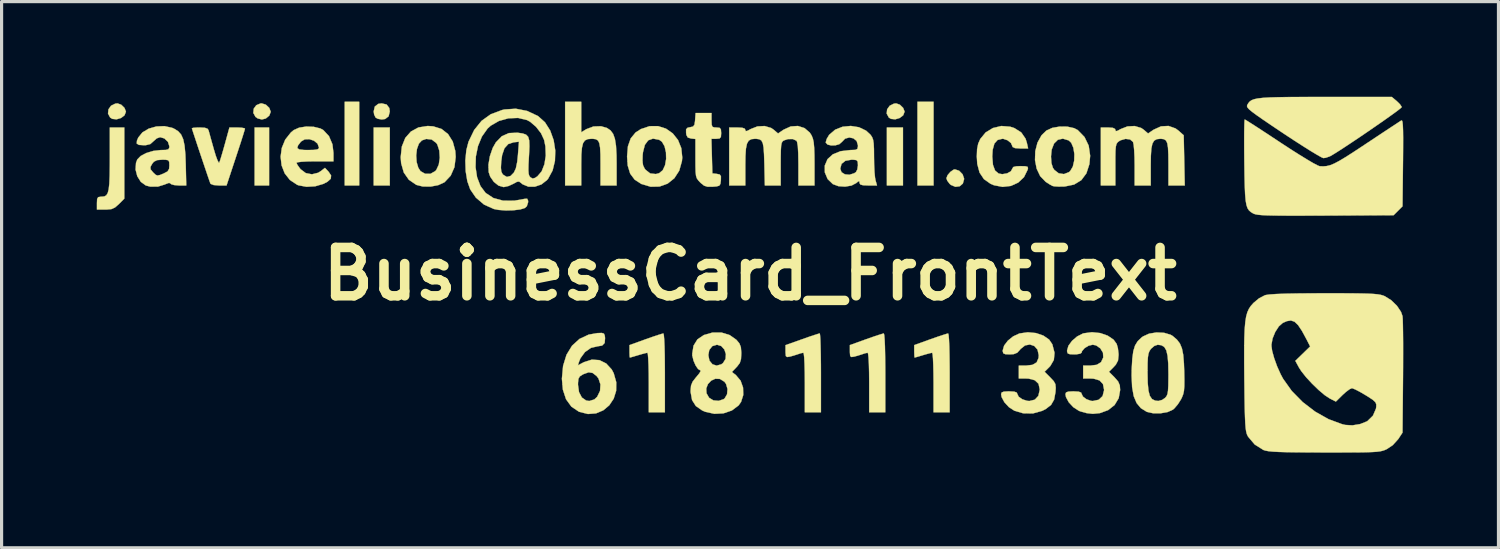
<source format=kicad_pcb>
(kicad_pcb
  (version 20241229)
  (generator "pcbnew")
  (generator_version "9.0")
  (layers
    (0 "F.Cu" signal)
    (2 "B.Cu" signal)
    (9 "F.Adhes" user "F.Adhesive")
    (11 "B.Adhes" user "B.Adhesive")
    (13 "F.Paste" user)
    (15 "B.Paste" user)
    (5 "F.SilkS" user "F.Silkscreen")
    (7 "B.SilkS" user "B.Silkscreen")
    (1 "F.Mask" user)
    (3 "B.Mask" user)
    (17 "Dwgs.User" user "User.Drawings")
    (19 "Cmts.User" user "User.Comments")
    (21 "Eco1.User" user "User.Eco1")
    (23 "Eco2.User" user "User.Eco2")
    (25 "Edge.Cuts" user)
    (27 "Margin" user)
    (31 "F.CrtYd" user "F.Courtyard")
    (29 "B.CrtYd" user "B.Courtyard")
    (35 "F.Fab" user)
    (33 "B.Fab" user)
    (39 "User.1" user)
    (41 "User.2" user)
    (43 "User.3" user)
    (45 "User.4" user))
  (footprint "BusinessCard_FrontText"
    (layer "F.Cu")
    (at 20.589 5.582)
    (property "Reference" "BusinessCard_FrontText" (at 0 0 0) (layer "F.SilkS") (effects (font (size 1.524 1.524) (thickness 0.3))))
    (attr through_hole)
    (fp_poly (pts (xy -15.159 -2.788) (xy -15.615 -2.788) (xy -15.615 -4.614) (xy -15.159 -4.614) (xy -15.159 -2.788)) (stroke (width 0.01) (type solid)) (fill yes) (layer "F.SilkS"))
    (fp_poly (pts (xy -12.32 -2.788) (xy -12.776 -2.788) (xy -12.776 -5.425) (xy -12.32 -5.425) (xy -12.32 -2.788)) (stroke (width 0.01) (type solid)) (fill yes) (layer "F.SilkS"))
    (fp_poly (pts (xy -11.356 -2.788) (xy -11.863 -2.788) (xy -11.863 -4.614) (xy -11.356 -4.614) (xy -11.356 -2.788)) (stroke (width 0.01) (type solid)) (fill yes) (layer "F.SilkS"))
    (fp_poly (pts (xy 4.816 -2.788) (xy 4.309 -2.788) (xy 4.309 -4.614) (xy 4.816 -4.614) (xy 4.816 -2.788)) (stroke (width 0.01) (type solid)) (fill yes) (layer "F.SilkS"))
    (fp_poly (pts (xy 5.78 -2.788) (xy 5.273 -2.788) (xy 5.273 -5.425) (xy 5.78 -5.425) (xy 5.78 -2.788)) (stroke (width 0.01) (type solid)) (fill yes) (layer "F.SilkS"))
    (fp_poly (pts (xy -11.455 -5.338) (xy -11.372 -5.229) (xy -11.356 -5.121) (xy -11.393 -4.966) (xy -11.502 -4.882) (xy -11.61 -4.867) (xy -11.734 -4.889) (xy -11.803 -4.928) (xy -11.849 -5.023) (xy -11.863 -5.121) (xy -11.827 -5.275) (xy -11.718 -5.359) (xy -11.61 -5.374) (xy -11.455 -5.338)) (stroke (width 0.01) (type solid)) (fill yes) (layer "F.SilkS"))
    (fp_poly (pts (xy -19.819 -5.332) (xy -19.717 -5.233) (xy -19.671 -5.117) (xy -19.671 -5.112) (xy -19.715 -4.998) (xy -19.825 -4.914) (xy -19.965 -4.872) (xy -20.1 -4.886) (xy -20.168 -4.928) (xy -20.235 -5.053) (xy -20.221 -5.186) (xy -20.14 -5.3) (xy -20.006 -5.366) (xy -19.936 -5.374) (xy -19.819 -5.332)) (stroke (width 0.01) (type solid)) (fill yes) (layer "F.SilkS"))
    (fp_poly (pts (xy -15.261 -5.333) (xy -15.154 -5.233) (xy -15.108 -5.111) (xy -15.108 -5.108) (xy -15.153 -4.989) (xy -15.263 -4.898) (xy -15.387 -4.867) (xy -15.517 -4.9) (xy -15.586 -4.947) (xy -15.656 -5.074) (xy -15.643 -5.207) (xy -15.563 -5.316) (xy -15.428 -5.372) (xy -15.391 -5.374) (xy -15.261 -5.333)) (stroke (width 0.01) (type solid)) (fill yes) (layer "F.SilkS"))
    (fp_poly (pts (xy 4.719 -5.332) (xy 4.821 -5.233) (xy 4.867 -5.117) (xy 4.867 -5.112) (xy 4.823 -4.998) (xy 4.713 -4.914) (xy 4.573 -4.872) (xy 4.438 -4.886) (xy 4.37 -4.928) (xy 4.303 -5.053) (xy 4.317 -5.186) (xy 4.398 -5.3) (xy 4.532 -5.366) (xy 4.602 -5.374) (xy 4.719 -5.332)) (stroke (width 0.01) (type solid)) (fill yes) (layer "F.SilkS"))
    (fp_poly (pts (xy 6.587 -3.251) (xy 6.695 -3.14) (xy 6.743 -3) (xy 6.743 -2.99) (xy 6.703 -2.847) (xy 6.603 -2.762) (xy 6.468 -2.745) (xy 6.327 -2.804) (xy 6.287 -2.839) (xy 6.211 -2.939) (xy 6.185 -3.017) (xy 6.223 -3.113) (xy 6.31 -3.215) (xy 6.41 -3.285) (xy 6.453 -3.295) (xy 6.587 -3.251)) (stroke (width 0.01) (type solid)) (fill yes) (layer "F.SilkS"))
    (fp_poly (pts (xy -19.722 -2.373) (xy -19.894 -2.2) (xy -20.015 -2.094) (xy -20.128 -2.043) (xy -20.283 -2.028) (xy -20.325 -2.028) (xy -20.584 -2.028) (xy -20.584 -2.231) (xy -20.578 -2.361) (xy -20.545 -2.419) (xy -20.464 -2.433) (xy -20.43 -2.434) (xy -20.351 -2.442) (xy -20.29 -2.476) (xy -20.245 -2.547) (xy -20.214 -2.666) (xy -20.194 -2.845) (xy -20.183 -3.096) (xy -20.179 -3.43) (xy -20.178 -3.654) (xy -20.178 -4.614) (xy -19.722 -4.614) (xy -19.722 -2.373)) (stroke (width 0.01) (type solid)) (fill yes) (layer "F.SilkS"))
    (fp_poly (pts (xy 2.203 1.924) (xy 2.213 2.06) (xy 2.22 2.27) (xy 2.226 2.541) (xy 2.23 2.858) (xy 2.231 3.118) (xy 2.231 4.36) (xy 1.724 4.36) (xy 1.724 3.422) (xy 1.721 3.103) (xy 1.714 2.837) (xy 1.704 2.637) (xy 1.69 2.516) (xy 1.676 2.484) (xy 1.595 2.5) (xy 1.512 2.528) (xy 1.368 2.574) (xy 1.255 2.605) (xy 1.165 2.619) (xy 1.125 2.588) (xy 1.116 2.487) (xy 1.115 2.441) (xy 1.115 2.244) (xy 1.635 2.06) (xy 1.85 1.984) (xy 2.029 1.924) (xy 2.15 1.886) (xy 2.193 1.875) (xy 2.203 1.924)) (stroke (width 0.01) (type solid)) (fill yes) (layer "F.SilkS"))
    (fp_poly (pts (xy 4.226 1.925) (xy 4.238 2.064) (xy 4.248 2.284) (xy 4.254 2.572) (xy 4.258 2.918) (xy 4.259 3.118) (xy 4.259 4.36) (xy 3.752 4.36) (xy 3.752 3.422) (xy 3.749 3.103) (xy 3.742 2.837) (xy 3.731 2.637) (xy 3.717 2.516) (xy 3.704 2.484) (xy 3.623 2.5) (xy 3.54 2.528) (xy 3.396 2.574) (xy 3.283 2.605) (xy 3.193 2.619) (xy 3.153 2.588) (xy 3.144 2.488) (xy 3.143 2.441) (xy 3.143 2.243) (xy 3.654 2.059) (xy 3.868 1.984) (xy 4.047 1.924) (xy 4.17 1.886) (xy 4.212 1.876) (xy 4.226 1.925)) (stroke (width 0.01) (type solid)) (fill yes) (layer "F.SilkS"))
    (fp_poly (pts (xy -2.72 1.925) (xy -2.708 2.064) (xy -2.698 2.284) (xy -2.691 2.572) (xy -2.688 2.918) (xy -2.687 3.118) (xy -2.687 4.36) (xy -3.194 4.36) (xy -3.194 3.422) (xy -3.196 3.126) (xy -3.202 2.869) (xy -3.212 2.666) (xy -3.223 2.532) (xy -3.237 2.484) (xy -3.306 2.498) (xy -3.437 2.533) (xy -3.528 2.56) (xy -3.672 2.603) (xy -3.767 2.63) (xy -3.79 2.636) (xy -3.798 2.591) (xy -3.802 2.48) (xy -3.802 2.44) (xy -3.802 2.243) (xy -3.292 2.059) (xy -3.078 1.984) (xy -2.899 1.924) (xy -2.776 1.886) (xy -2.734 1.876) (xy -2.72 1.925)) (stroke (width 0.01) (type solid)) (fill yes) (layer "F.SilkS"))
    (fp_poly (pts (xy 6.254 1.925) (xy 6.266 2.064) (xy 6.276 2.284) (xy 6.282 2.572) (xy 6.286 2.918) (xy 6.287 3.118) (xy 6.287 4.36) (xy 5.78 4.36) (xy 5.78 3.422) (xy 5.777 3.126) (xy 5.771 2.869) (xy 5.762 2.666) (xy 5.75 2.532) (xy 5.737 2.484) (xy 5.667 2.498) (xy 5.536 2.533) (xy 5.445 2.56) (xy 5.302 2.603) (xy 5.206 2.63) (xy 5.184 2.636) (xy 5.176 2.591) (xy 5.172 2.48) (xy 5.171 2.44) (xy 5.171 2.243) (xy 5.682 2.059) (xy 5.896 1.984) (xy 6.075 1.924) (xy 6.198 1.886) (xy 6.24 1.876) (xy 6.254 1.925)) (stroke (width 0.01) (type solid)) (fill yes) (layer "F.SilkS"))
    (fp_poly (pts (xy -5.323 -4.463) (xy -5.159 -4.563) (xy -4.938 -4.646) (xy -4.699 -4.654) (xy -4.512 -4.599) (xy -4.4 -4.523) (xy -4.318 -4.414) (xy -4.262 -4.257) (xy -4.227 -4.037) (xy -4.211 -3.741) (xy -4.208 -3.486) (xy -4.208 -2.788) (xy -4.715 -2.788) (xy -4.715 -3.463) (xy -4.717 -3.763) (xy -4.728 -3.977) (xy -4.752 -4.119) (xy -4.794 -4.203) (xy -4.86 -4.245) (xy -4.955 -4.258) (xy -4.996 -4.259) (xy -5.119 -4.248) (xy -5.207 -4.206) (xy -5.266 -4.119) (xy -5.301 -3.973) (xy -5.319 -3.755) (xy -5.323 -3.449) (xy -5.323 -3.431) (xy -5.323 -2.788) (xy -5.83 -2.788) (xy -5.83 -5.425) (xy -5.323 -5.425) (xy -5.323 -4.463)) (stroke (width 0.01) (type solid)) (fill yes) (layer "F.SilkS"))
    (fp_poly (pts (xy -16.022 -4.607) (xy -15.934 -4.59) (xy -15.919 -4.577) (xy -15.935 -4.519) (xy -15.977 -4.382) (xy -16.041 -4.179) (xy -16.123 -3.929) (xy -16.21 -3.665) (xy -16.5 -2.788) (xy -16.744 -2.788) (xy -16.907 -2.801) (xy -17 -2.837) (xy -17.01 -2.852) (xy -17.047 -2.956) (xy -17.105 -3.125) (xy -17.178 -3.341) (xy -17.26 -3.584) (xy -17.345 -3.837) (xy -17.426 -4.08) (xy -17.497 -4.296) (xy -17.553 -4.464) (xy -17.586 -4.568) (xy -17.592 -4.591) (xy -17.547 -4.604) (xy -17.43 -4.612) (xy -17.342 -4.614) (xy -17.182 -4.605) (xy -17.097 -4.574) (xy -17.067 -4.525) (xy -17.043 -4.44) (xy -17 -4.283) (xy -16.943 -4.08) (xy -16.903 -3.937) (xy -16.841 -3.729) (xy -16.786 -3.581) (xy -16.746 -3.507) (xy -16.73 -3.506) (xy -16.702 -3.581) (xy -16.656 -3.731) (xy -16.598 -3.93) (xy -16.552 -4.094) (xy -16.409 -4.614) (xy -16.164 -4.614) (xy -16.022 -4.607)) (stroke (width 0.01) (type solid)) (fill yes) (layer "F.SilkS"))
    (fp_poly (pts (xy -2.652 -4.578) (xy -2.438 -4.428) (xy -2.273 -4.22) (xy -2.169 -3.962) (xy -2.139 -3.667) (xy -2.149 -3.557) (xy -2.234 -3.255) (xy -2.389 -3.015) (xy -2.6 -2.846) (xy -2.854 -2.754) (xy -3.135 -2.748) (xy -3.427 -2.834) (xy -3.638 -2.97) (xy -3.78 -3.16) (xy -3.858 -3.414) (xy -3.867 -3.547) (xy -3.392 -3.547) (xy -3.374 -3.421) (xy -3.326 -3.322) (xy -3.297 -3.283) (xy -3.15 -3.167) (xy -2.971 -3.147) (xy -2.867 -3.175) (xy -2.754 -3.268) (xy -2.681 -3.426) (xy -2.647 -3.623) (xy -2.652 -3.83) (xy -2.696 -4.02) (xy -2.779 -4.165) (xy -2.867 -4.227) (xy -3.061 -4.264) (xy -3.212 -4.21) (xy -3.318 -4.066) (xy -3.377 -3.835) (xy -3.387 -3.736) (xy -3.392 -3.547) (xy -3.867 -3.547) (xy -3.878 -3.701) (xy -3.851 -4.022) (xy -3.764 -4.269) (xy -3.612 -4.455) (xy -3.444 -4.564) (xy -3.168 -4.656) (xy -2.9 -4.657) (xy -2.652 -4.578)) (stroke (width 0.01) (type solid)) (fill yes) (layer "F.SilkS"))
    (fp_poly (pts (xy -9.987 -4.65) (xy -9.726 -4.569) (xy -9.519 -4.406) (xy -9.372 -4.172) (xy -9.292 -3.877) (xy -9.279 -3.686) (xy -9.318 -3.365) (xy -9.436 -3.097) (xy -9.628 -2.893) (xy -9.641 -2.884) (xy -9.829 -2.798) (xy -10.067 -2.753) (xy -10.311 -2.754) (xy -10.516 -2.805) (xy -10.52 -2.807) (xy -10.755 -2.967) (xy -10.914 -3.195) (xy -10.998 -3.489) (xy -11.012 -3.68) (xy -11.006 -3.733) (xy -10.524 -3.733) (xy -10.51 -3.525) (xy -10.457 -3.344) (xy -10.388 -3.239) (xy -10.239 -3.154) (xy -10.074 -3.155) (xy -9.924 -3.239) (xy -9.89 -3.277) (xy -9.812 -3.444) (xy -9.78 -3.66) (xy -9.795 -3.884) (xy -9.856 -4.073) (xy -9.89 -4.125) (xy -10.034 -4.235) (xy -10.208 -4.254) (xy -10.344 -4.207) (xy -10.439 -4.104) (xy -10.5 -3.936) (xy -10.524 -3.733) (xy -11.006 -3.733) (xy -10.976 -4.014) (xy -10.867 -4.286) (xy -10.689 -4.488) (xy -10.452 -4.616) (xy -10.161 -4.662) (xy -9.987 -4.65)) (stroke (width 0.01) (type solid)) (fill yes) (layer "F.SilkS"))
    (fp_poly (pts (xy -1.217 -4.842) (xy -1.212 -4.701) (xy -1.187 -4.635) (xy -1.122 -4.615) (xy -1.065 -4.614) (xy -0.962 -4.604) (xy -0.921 -4.554) (xy -0.913 -4.436) (xy -0.921 -4.317) (xy -0.964 -4.268) (xy -1.066 -4.259) (xy -1.22 -4.259) (xy -1.191 -3.169) (xy -1.049 -3.152) (xy -0.956 -3.132) (xy -0.92 -3.077) (xy -0.922 -2.956) (xy -0.922 -2.95) (xy -0.937 -2.837) (xy -0.975 -2.78) (xy -1.064 -2.757) (xy -1.18 -2.748) (xy -1.341 -2.747) (xy -1.451 -2.781) (xy -1.558 -2.868) (xy -1.573 -2.883) (xy -1.636 -2.95) (xy -1.679 -3.012) (xy -1.705 -3.092) (xy -1.718 -3.21) (xy -1.723 -3.387) (xy -1.724 -3.643) (xy -1.724 -4.252) (xy -1.863 -4.268) (xy -1.964 -4.298) (xy -2.009 -4.379) (xy -2.018 -4.445) (xy -2.018 -4.558) (xy -1.971 -4.607) (xy -1.891 -4.623) (xy -1.8 -4.644) (xy -1.755 -4.701) (xy -1.736 -4.823) (xy -1.734 -4.854) (xy -1.718 -5.07) (xy -1.217 -5.07) (xy -1.217 -4.842)) (stroke (width 0.01) (type solid)) (fill yes) (layer "F.SilkS"))
    (fp_poly (pts (xy 20.377 -5.446) (xy 20.476 -5.349) (xy 20.53 -5.27) (xy 20.533 -5.255) (xy 20.492 -5.216) (xy 20.381 -5.129) (xy 20.211 -5.006) (xy 19.996 -4.853) (xy 19.75 -4.682) (xy 19.486 -4.5) (xy 19.216 -4.316) (xy 18.955 -4.141) (xy 18.716 -3.983) (xy 18.511 -3.851) (xy 18.355 -3.754) (xy 18.268 -3.705) (xy 18.141 -3.661) (xy 18.065 -3.65) (xy 18 -3.678) (xy 17.863 -3.755) (xy 17.665 -3.874) (xy 17.419 -4.029) (xy 17.135 -4.211) (xy 16.827 -4.414) (xy 16.793 -4.437) (xy 16.445 -4.67) (xy 16.174 -4.854) (xy 15.97 -4.996) (xy 15.825 -5.103) (xy 15.73 -5.181) (xy 15.678 -5.238) (xy 15.658 -5.281) (xy 15.662 -5.315) (xy 15.666 -5.324) (xy 15.701 -5.383) (xy 15.743 -5.433) (xy 15.8 -5.473) (xy 15.882 -5.505) (xy 15.999 -5.53) (xy 16.159 -5.548) (xy 16.371 -5.561) (xy 16.645 -5.569) (xy 16.99 -5.574) (xy 17.414 -5.576) (xy 17.928 -5.577) (xy 18.118 -5.577) (xy 20.221 -5.577) (xy 20.377 -5.446)) (stroke (width 0.01) (type solid)) (fill yes) (layer "F.SilkS"))
    (fp_poly (pts (xy 9.995 -4.641) (xy 10.21 -4.593) (xy 10.323 -4.534) (xy 10.537 -4.314) (xy 10.669 -4.041) (xy 10.715 -3.723) (xy 10.691 -3.46) (xy 10.596 -3.169) (xy 10.435 -2.954) (xy 10.208 -2.816) (xy 9.917 -2.756) (xy 9.9 -2.755) (xy 9.726 -2.752) (xy 9.588 -2.76) (xy 9.531 -2.772) (xy 9.438 -2.822) (xy 9.317 -2.899) (xy 9.315 -2.901) (xy 9.141 -3.081) (xy 9.029 -3.317) (xy 8.977 -3.588) (xy 8.981 -3.701) (xy 9.481 -3.701) (xy 9.494 -3.493) (xy 9.54 -3.347) (xy 9.586 -3.277) (xy 9.725 -3.17) (xy 9.889 -3.146) (xy 10.046 -3.207) (xy 10.084 -3.239) (xy 10.168 -3.379) (xy 10.212 -3.569) (xy 10.218 -3.778) (xy 10.186 -3.976) (xy 10.118 -4.133) (xy 10.04 -4.207) (xy 9.855 -4.263) (xy 9.698 -4.228) (xy 9.577 -4.109) (xy 9.502 -3.916) (xy 9.481 -3.701) (xy 8.981 -3.701) (xy 8.986 -3.869) (xy 9.055 -4.137) (xy 9.183 -4.369) (xy 9.335 -4.517) (xy 9.52 -4.602) (xy 9.753 -4.643) (xy 9.995 -4.641)) (stroke (width 0.01) (type solid)) (fill yes) (layer "F.SilkS"))
    (fp_poly (pts (xy 8.191 -4.64) (xy 8.329 -4.595) (xy 8.544 -4.458) (xy 8.679 -4.262) (xy 8.719 -4.136) (xy 8.76 -3.954) (xy 8.512 -3.954) (xy 8.347 -3.965) (xy 8.272 -3.999) (xy 8.264 -4.023) (xy 8.22 -4.124) (xy 8.112 -4.212) (xy 7.978 -4.257) (xy 7.951 -4.259) (xy 7.799 -4.222) (xy 7.697 -4.108) (xy 7.643 -3.912) (xy 7.63 -3.701) (xy 7.652 -3.436) (xy 7.718 -3.258) (xy 7.831 -3.163) (xy 7.946 -3.143) (xy 8.099 -3.169) (xy 8.216 -3.234) (xy 8.264 -3.32) (xy 8.264 -3.323) (xy 8.293 -3.369) (xy 8.391 -3.392) (xy 8.521 -3.397) (xy 8.671 -3.393) (xy 8.742 -3.376) (xy 8.756 -3.333) (xy 8.745 -3.283) (xy 8.63 -3.05) (xy 8.447 -2.878) (xy 8.216 -2.773) (xy 7.955 -2.743) (xy 7.684 -2.795) (xy 7.576 -2.84) (xy 7.368 -2.987) (xy 7.23 -3.193) (xy 7.157 -3.467) (xy 7.143 -3.699) (xy 7.152 -3.933) (xy 7.187 -4.106) (xy 7.252 -4.252) (xy 7.423 -4.46) (xy 7.652 -4.598) (xy 7.916 -4.661) (xy 8.191 -4.64)) (stroke (width 0.01) (type solid)) (fill yes) (layer "F.SilkS"))
    (fp_poly (pts (xy 13.405 -4.585) (xy 13.498 -4.516) (xy 13.663 -4.369) (xy 13.68 -3.579) (xy 13.696 -2.788) (xy 13.182 -2.788) (xy 13.182 -3.463) (xy 13.179 -3.764) (xy 13.168 -3.978) (xy 13.145 -4.121) (xy 13.104 -4.205) (xy 13.041 -4.246) (xy 12.951 -4.258) (xy 12.926 -4.259) (xy 12.812 -4.246) (xy 12.731 -4.199) (xy 12.676 -4.105) (xy 12.643 -3.949) (xy 12.628 -3.718) (xy 12.624 -3.431) (xy 12.624 -2.788) (xy 12.117 -2.788) (xy 12.117 -3.425) (xy 12.113 -3.678) (xy 12.102 -3.899) (xy 12.086 -4.068) (xy 12.066 -4.159) (xy 12.064 -4.161) (xy 11.972 -4.238) (xy 11.83 -4.256) (xy 11.675 -4.212) (xy 11.621 -4.18) (xy 11.575 -4.142) (xy 11.544 -4.091) (xy 11.524 -4.01) (xy 11.513 -3.88) (xy 11.509 -3.683) (xy 11.509 -3.445) (xy 11.509 -2.788) (xy 11.052 -2.788) (xy 11.052 -4.614) (xy 11.28 -4.614) (xy 11.431 -4.603) (xy 11.5 -4.569) (xy 11.509 -4.538) (xy 11.524 -4.498) (xy 11.584 -4.513) (xy 11.673 -4.563) (xy 11.89 -4.648) (xy 12.118 -4.66) (xy 12.323 -4.599) (xy 12.402 -4.545) (xy 12.54 -4.426) (xy 12.716 -4.545) (xy 12.948 -4.65) (xy 13.184 -4.663) (xy 13.405 -4.585)) (stroke (width 0.01) (type solid)) (fill yes) (layer "F.SilkS"))
    (fp_poly (pts (xy -13.752 -4.635) (xy -13.544 -4.584) (xy -13.452 -4.534) (xy -13.272 -4.341) (xy -13.163 -4.084) (xy -13.131 -3.815) (xy -13.131 -3.549) (xy -13.714 -3.549) (xy -13.945 -3.545) (xy -14.132 -3.535) (xy -14.256 -3.519) (xy -14.297 -3.502) (xy -14.267 -3.437) (xy -14.192 -3.331) (xy -14.166 -3.299) (xy -14.003 -3.177) (xy -13.809 -3.139) (xy -13.612 -3.188) (xy -13.525 -3.243) (xy -13.399 -3.342) (xy -13.284 -3.22) (xy -13.205 -3.102) (xy -13.216 -2.999) (xy -13.321 -2.904) (xy -13.447 -2.838) (xy -13.705 -2.762) (xy -13.98 -2.746) (xy -14.23 -2.792) (xy -14.273 -2.808) (xy -14.502 -2.959) (xy -14.667 -3.169) (xy -14.765 -3.42) (xy -14.796 -3.693) (xy -14.759 -3.967) (xy -14.27 -3.967) (xy -14.21 -3.923) (xy -14.061 -3.906) (xy -13.941 -3.904) (xy -13.748 -3.908) (xy -13.638 -3.924) (xy -13.592 -3.956) (xy -13.587 -3.98) (xy -13.631 -4.104) (xy -13.742 -4.197) (xy -13.888 -4.246) (xy -14.036 -4.241) (xy -14.154 -4.171) (xy -14.155 -4.17) (xy -14.249 -4.046) (xy -14.27 -3.967) (xy -14.759 -3.967) (xy -14.758 -3.97) (xy -14.651 -4.231) (xy -14.473 -4.457) (xy -14.382 -4.533) (xy -14.211 -4.609) (xy -13.987 -4.644) (xy -13.752 -4.635)) (stroke (width 0.01) (type solid)) (fill yes) (layer "F.SilkS"))
    (fp_poly (pts (xy -4.607 1.881) (xy -4.58 1.948) (xy -4.572 2.023) (xy -4.584 2.176) (xy -4.664 2.258) (xy -4.806 2.281) (xy -5.017 2.33) (xy -5.205 2.462) (xy -5.348 2.657) (xy -5.394 2.771) (xy -5.429 2.881) (xy -5.237 2.781) (xy -4.988 2.701) (xy -4.749 2.717) (xy -4.536 2.822) (xy -4.363 3.01) (xy -4.299 3.13) (xy -4.219 3.413) (xy -4.223 3.685) (xy -4.3 3.931) (xy -4.439 4.14) (xy -4.628 4.298) (xy -4.856 4.394) (xy -5.111 4.414) (xy -5.381 4.347) (xy -5.399 4.339) (xy -5.633 4.182) (xy -5.801 3.95) (xy -5.901 3.647) (xy -5.915 3.493) (xy -5.425 3.493) (xy -5.393 3.724) (xy -5.304 3.894) (xy -5.168 3.989) (xy -5.07 4.005) (xy -4.91 3.956) (xy -4.82 3.872) (xy -4.73 3.687) (xy -4.717 3.483) (xy -4.779 3.295) (xy -4.839 3.217) (xy -4.965 3.12) (xy -5.089 3.1) (xy -5.247 3.156) (xy -5.275 3.17) (xy -5.367 3.229) (xy -5.411 3.304) (xy -5.424 3.431) (xy -5.425 3.493) (xy -5.915 3.493) (xy -5.932 3.303) (xy -5.894 2.896) (xy -5.786 2.547) (xy -5.612 2.262) (xy -5.377 2.048) (xy -5.088 1.913) (xy -4.816 1.865) (xy -4.676 1.86) (xy -4.607 1.881)) (stroke (width 0.01) (type solid)) (fill yes) (layer "F.SilkS"))
    (fp_poly (pts (xy 1.714 -4.595) (xy 1.881 -4.452) (xy 1.939 -4.359) (xy 1.977 -4.264) (xy 2.003 -4.143) (xy 2.018 -3.975) (xy 2.026 -3.742) (xy 2.028 -3.486) (xy 2.028 -2.788) (xy 1.521 -2.788) (xy 1.521 -3.463) (xy 1.516 -3.792) (xy 1.503 -4.023) (xy 1.479 -4.16) (xy 1.46 -4.198) (xy 1.346 -4.25) (xy 1.191 -4.249) (xy 1.061 -4.206) (xy 1.022 -4.177) (xy 0.994 -4.127) (xy 0.977 -4.041) (xy 0.968 -3.9) (xy 0.964 -3.688) (xy 0.963 -3.471) (xy 0.963 -2.788) (xy 0.464 -2.788) (xy 0.448 -3.475) (xy 0.438 -3.772) (xy 0.424 -3.982) (xy 0.398 -4.121) (xy 0.355 -4.204) (xy 0.29 -4.244) (xy 0.197 -4.257) (xy 0.147 -4.258) (xy 0.035 -4.246) (xy -0.046 -4.199) (xy -0.1 -4.104) (xy -0.133 -3.946) (xy -0.148 -3.714) (xy -0.152 -3.431) (xy -0.152 -2.788) (xy -0.659 -2.788) (xy -0.659 -4.614) (xy -0.406 -4.614) (xy -0.246 -4.605) (xy -0.168 -4.577) (xy -0.152 -4.538) (xy -0.137 -4.498) (xy -0.077 -4.513) (xy 0.013 -4.563) (xy 0.229 -4.648) (xy 0.457 -4.66) (xy 0.662 -4.599) (xy 0.741 -4.545) (xy 0.88 -4.426) (xy 1.055 -4.545) (xy 1.279 -4.647) (xy 1.506 -4.662) (xy 1.714 -4.595)) (stroke (width 0.01) (type solid)) (fill yes) (layer "F.SilkS"))
    (fp_poly (pts (xy 15.635 -4.84) (xy 15.756 -4.764) (xy 15.939 -4.647) (xy 16.172 -4.495) (xy 16.443 -4.317) (xy 16.718 -4.135) (xy 17.021 -3.937) (xy 17.301 -3.759) (xy 17.547 -3.608) (xy 17.746 -3.491) (xy 17.885 -3.418) (xy 17.947 -3.394) (xy 18.062 -3.39) (xy 18.169 -3.399) (xy 18.28 -3.426) (xy 18.409 -3.479) (xy 18.568 -3.563) (xy 18.771 -3.685) (xy 19.03 -3.851) (xy 19.358 -4.067) (xy 19.402 -4.097) (xy 19.695 -4.291) (xy 19.962 -4.468) (xy 20.191 -4.619) (xy 20.369 -4.736) (xy 20.484 -4.812) (xy 20.523 -4.836) (xy 20.542 -4.832) (xy 20.558 -4.784) (xy 20.568 -4.684) (xy 20.575 -4.522) (xy 20.578 -4.289) (xy 20.577 -3.975) (xy 20.574 -3.57) (xy 20.573 -3.504) (xy 20.558 -2.131) (xy 20.418 -1.991) (xy 20.277 -1.85) (xy 18.136 -1.839) (xy 17.602 -1.837) (xy 17.159 -1.836) (xy 16.8 -1.837) (xy 16.514 -1.84) (xy 16.294 -1.845) (xy 16.128 -1.853) (xy 16.009 -1.864) (xy 15.926 -1.879) (xy 15.872 -1.896) (xy 15.857 -1.903) (xy 15.781 -1.949) (xy 15.72 -2.002) (xy 15.674 -2.072) (xy 15.64 -2.173) (xy 15.615 -2.316) (xy 15.598 -2.513) (xy 15.587 -2.776) (xy 15.579 -3.117) (xy 15.573 -3.536) (xy 15.57 -3.892) (xy 15.569 -4.211) (xy 15.57 -4.482) (xy 15.574 -4.69) (xy 15.579 -4.823) (xy 15.586 -4.867) (xy 15.635 -4.84)) (stroke (width 0.01) (type solid)) (fill yes) (layer "F.SilkS"))
    (fp_poly (pts (xy 13.044 1.856) (xy 13.25 1.917) (xy 13.317 1.957) (xy 13.448 2.069) (xy 13.543 2.193) (xy 13.607 2.347) (xy 13.648 2.55) (xy 13.67 2.822) (xy 13.679 3.067) (xy 13.684 3.343) (xy 13.682 3.541) (xy 13.671 3.682) (xy 13.648 3.789) (xy 13.61 3.886) (xy 13.578 3.952) (xy 13.479 4.108) (xy 13.366 4.24) (xy 13.323 4.277) (xy 13.155 4.353) (xy 12.934 4.392) (xy 12.703 4.392) (xy 12.508 4.348) (xy 12.493 4.342) (xy 12.312 4.229) (xy 12.179 4.069) (xy 12.088 3.852) (xy 12.037 3.566) (xy 12.021 3.199) (xy 12.023 3.103) (xy 12.523 3.103) (xy 12.529 3.433) (xy 12.552 3.676) (xy 12.595 3.842) (xy 12.664 3.943) (xy 12.763 3.993) (xy 12.865 4.004) (xy 12.985 3.97) (xy 13.08 3.904) (xy 13.123 3.851) (xy 13.152 3.782) (xy 13.169 3.677) (xy 13.178 3.517) (xy 13.181 3.282) (xy 13.182 3.165) (xy 13.176 2.829) (xy 13.155 2.581) (xy 13.115 2.409) (xy 13.051 2.302) (xy 12.959 2.247) (xy 12.843 2.232) (xy 12.737 2.269) (xy 12.631 2.36) (xy 12.628 2.364) (xy 12.582 2.433) (xy 12.552 2.515) (xy 12.534 2.632) (xy 12.525 2.804) (xy 12.523 3.054) (xy 12.523 3.103) (xy 12.023 3.103) (xy 12.025 2.993) (xy 12.043 2.672) (xy 12.075 2.433) (xy 12.13 2.256) (xy 12.213 2.12) (xy 12.332 2.006) (xy 12.382 1.969) (xy 12.572 1.883) (xy 12.805 1.845) (xy 13.044 1.856)) (stroke (width 0.01) (type solid)) (fill yes) (layer "F.SilkS"))
    (fp_poly (pts (xy -18.215 -4.604) (xy -18.15 -4.575) (xy -18.024 -4.496) (xy -17.931 -4.391) (xy -17.866 -4.245) (xy -17.823 -4.043) (xy -17.797 -3.769) (xy -17.786 -3.46) (xy -17.77 -2.788) (xy -18.006 -2.788) (xy -18.151 -2.8) (xy -18.245 -2.828) (xy -18.262 -2.846) (xy -18.311 -2.87) (xy -18.427 -2.828) (xy -18.441 -2.82) (xy -18.663 -2.752) (xy -18.903 -2.751) (xy -19.043 -2.787) (xy -19.202 -2.902) (xy -19.313 -3.079) (xy -19.367 -3.289) (xy -19.361 -3.375) (xy -18.898 -3.375) (xy -18.893 -3.295) (xy -18.816 -3.201) (xy -18.809 -3.194) (xy -18.735 -3.124) (xy -18.676 -3.1) (xy -18.593 -3.119) (xy -18.478 -3.166) (xy -18.36 -3.229) (xy -18.311 -3.309) (xy -18.302 -3.42) (xy -18.307 -3.531) (xy -18.34 -3.583) (xy -18.429 -3.599) (xy -18.527 -3.6) (xy -18.69 -3.586) (xy -18.789 -3.536) (xy -18.832 -3.487) (xy -18.898 -3.375) (xy -19.361 -3.375) (xy -19.353 -3.5) (xy -19.312 -3.607) (xy -19.206 -3.716) (xy -19.029 -3.81) (xy -18.81 -3.876) (xy -18.579 -3.903) (xy -18.568 -3.903) (xy -18.413 -3.907) (xy -18.334 -3.927) (xy -18.305 -3.974) (xy -18.302 -4.023) (xy -18.347 -4.163) (xy -18.459 -4.27) (xy -18.594 -4.309) (xy -18.699 -4.272) (xy -18.8 -4.183) (xy -18.902 -4.092) (xy -19.039 -4.058) (xy -19.105 -4.056) (xy -19.262 -4.066) (xy -19.331 -4.109) (xy -19.323 -4.2) (xy -19.282 -4.297) (xy -19.151 -4.459) (xy -18.952 -4.578) (xy -18.712 -4.646) (xy -18.458 -4.657) (xy -18.215 -4.604)) (stroke (width 0.01) (type solid)) (fill yes) (layer "F.SilkS"))
    (fp_poly (pts (xy 9.009 1.864) (xy 9.241 1.944) (xy 9.422 2.069) (xy 9.523 2.219) (xy 9.592 2.485) (xy 9.571 2.71) (xy 9.459 2.902) (xy 9.431 2.932) (xy 9.279 3.084) (xy 9.462 3.267) (xy 9.568 3.38) (xy 9.619 3.473) (xy 9.631 3.589) (xy 9.622 3.727) (xy 9.579 3.96) (xy 9.483 4.128) (xy 9.315 4.258) (xy 9.202 4.315) (xy 8.913 4.396) (xy 8.604 4.392) (xy 8.328 4.311) (xy 8.156 4.199) (xy 8.013 4.045) (xy 7.925 3.881) (xy 7.909 3.79) (xy 7.927 3.736) (xy 7.997 3.709) (xy 8.142 3.701) (xy 8.162 3.701) (xy 8.324 3.71) (xy 8.402 3.739) (xy 8.416 3.774) (xy 8.461 3.868) (xy 8.575 3.95) (xy 8.725 3.999) (xy 8.8 4.005) (xy 8.971 3.963) (xy 9.082 3.844) (xy 9.125 3.655) (xy 9.126 3.637) (xy 9.088 3.462) (xy 8.972 3.351) (xy 8.776 3.299) (xy 8.684 3.295) (xy 8.467 3.295) (xy 8.467 2.89) (xy 8.685 2.89) (xy 8.897 2.865) (xy 9.029 2.787) (xy 9.089 2.647) (xy 9.095 2.56) (xy 9.056 2.385) (xy 8.955 2.271) (xy 8.816 2.224) (xy 8.664 2.253) (xy 8.524 2.364) (xy 8.509 2.383) (xy 8.417 2.483) (xy 8.309 2.527) (xy 8.178 2.535) (xy 8.041 2.529) (xy 7.978 2.501) (xy 7.96 2.435) (xy 7.96 2.41) (xy 8.004 2.258) (xy 8.122 2.103) (xy 8.289 1.968) (xy 8.481 1.879) (xy 8.491 1.876) (xy 8.751 1.839) (xy 9.009 1.864)) (stroke (width 0.01) (type solid)) (fill yes) (layer "F.SilkS"))
    (fp_poly (pts (xy 11.033 1.864) (xy 11.268 1.946) (xy 11.453 2.072) (xy 11.551 2.207) (xy 11.589 2.341) (xy 11.609 2.514) (xy 11.61 2.559) (xy 11.593 2.729) (xy 11.525 2.858) (xy 11.458 2.932) (xy 11.307 3.084) (xy 11.484 3.261) (xy 11.597 3.391) (xy 11.649 3.512) (xy 11.66 3.658) (xy 11.614 3.916) (xy 11.485 4.131) (xy 11.283 4.291) (xy 11.023 4.386) (xy 10.799 4.409) (xy 10.602 4.386) (xy 10.399 4.329) (xy 10.356 4.311) (xy 10.184 4.199) (xy 10.041 4.045) (xy 9.953 3.881) (xy 9.937 3.79) (xy 9.955 3.736) (xy 10.025 3.709) (xy 10.17 3.701) (xy 10.19 3.701) (xy 10.352 3.71) (xy 10.43 3.739) (xy 10.444 3.774) (xy 10.488 3.866) (xy 10.597 3.948) (xy 10.736 3.999) (xy 10.799 4.005) (xy 10.986 3.965) (xy 11.107 3.849) (xy 11.153 3.667) (xy 11.154 3.65) (xy 11.119 3.471) (xy 11.011 3.356) (xy 10.825 3.301) (xy 10.711 3.295) (xy 10.495 3.295) (xy 10.495 2.89) (xy 10.713 2.89) (xy 10.923 2.864) (xy 11.058 2.781) (xy 11.128 2.634) (xy 11.119 2.482) (xy 11.034 2.344) (xy 10.901 2.252) (xy 10.795 2.231) (xy 10.665 2.262) (xy 10.54 2.338) (xy 10.458 2.434) (xy 10.444 2.484) (xy 10.399 2.514) (xy 10.284 2.533) (xy 10.216 2.535) (xy 10.075 2.53) (xy 10.008 2.504) (xy 9.988 2.442) (xy 9.988 2.41) (xy 10.031 2.263) (xy 10.145 2.108) (xy 10.303 1.972) (xy 10.481 1.881) (xy 10.511 1.871) (xy 10.772 1.837) (xy 11.033 1.864)) (stroke (width 0.01) (type solid)) (fill yes) (layer "F.SilkS"))
    (fp_poly (pts (xy 3.429 -4.622) (xy 3.655 -4.514) (xy 3.794 -4.385) (xy 3.843 -4.312) (xy 3.875 -4.228) (xy 3.893 -4.111) (xy 3.902 -3.937) (xy 3.904 -3.684) (xy 3.904 -3.681) (xy 3.908 -3.434) (xy 3.919 -3.208) (xy 3.936 -3.033) (xy 3.951 -2.953) (xy 3.998 -2.788) (xy 3.723 -2.788) (xy 3.559 -2.794) (xy 3.475 -2.817) (xy 3.448 -2.862) (xy 3.448 -2.872) (xy 3.439 -2.925) (xy 3.398 -2.909) (xy 3.347 -2.865) (xy 3.194 -2.785) (xy 2.993 -2.751) (xy 2.783 -2.765) (xy 2.608 -2.83) (xy 2.607 -2.83) (xy 2.442 -2.99) (xy 2.354 -3.199) (xy 2.353 -3.316) (xy 2.839 -3.316) (xy 2.881 -3.204) (xy 2.987 -3.138) (xy 3.129 -3.125) (xy 3.279 -3.172) (xy 3.333 -3.208) (xy 3.377 -3.289) (xy 3.397 -3.419) (xy 3.397 -3.428) (xy 3.39 -3.539) (xy 3.35 -3.587) (xy 3.248 -3.599) (xy 3.198 -3.6) (xy 3.003 -3.566) (xy 2.881 -3.469) (xy 2.839 -3.316) (xy 2.353 -3.316) (xy 2.352 -3.413) (xy 2.439 -3.617) (xy 2.608 -3.77) (xy 2.85 -3.867) (xy 3.159 -3.904) (xy 3.181 -3.904) (xy 3.316 -3.909) (xy 3.379 -3.938) (xy 3.396 -4.009) (xy 3.397 -4.054) (xy 3.356 -4.189) (xy 3.255 -4.273) (xy 3.124 -4.3) (xy 2.992 -4.263) (xy 2.89 -4.158) (xy 2.889 -4.157) (xy 2.811 -4.089) (xy 2.688 -4.053) (xy 2.553 -4.049) (xy 2.441 -4.076) (xy 2.384 -4.136) (xy 2.383 -4.15) (xy 2.413 -4.254) (xy 2.486 -4.376) (xy 2.493 -4.385) (xy 2.679 -4.545) (xy 2.914 -4.638) (xy 3.173 -4.663) (xy 3.429 -4.622)) (stroke (width 0.01) (type solid)) (fill yes) (layer "F.SilkS"))
    (fp_poly (pts (xy -0.645 1.927) (xy -0.432 2.077) (xy -0.429 2.081) (xy -0.337 2.193) (xy -0.292 2.309) (xy -0.279 2.471) (xy -0.279 2.51) (xy -0.288 2.686) (xy -0.326 2.807) (xy -0.408 2.916) (xy -0.427 2.936) (xy -0.574 3.09) (xy -0.446 3.191) (xy -0.3 3.365) (xy -0.223 3.583) (xy -0.217 3.816) (xy -0.286 4.033) (xy -0.363 4.143) (xy -0.576 4.303) (xy -0.839 4.393) (xy -1.127 4.408) (xy -1.413 4.345) (xy -1.51 4.303) (xy -1.711 4.163) (xy -1.83 3.975) (xy -1.875 3.725) (xy -1.876 3.678) (xy -1.87 3.609) (xy -1.384 3.609) (xy -1.375 3.761) (xy -1.293 3.903) (xy -1.158 3.985) (xy -0.991 4) (xy -0.835 3.947) (xy -0.802 3.921) (xy -0.727 3.792) (xy -0.713 3.626) (xy -0.76 3.466) (xy -0.811 3.397) (xy -0.953 3.309) (xy -1.098 3.303) (xy -1.228 3.363) (xy -1.329 3.47) (xy -1.384 3.609) (xy -1.87 3.609) (xy -1.863 3.521) (xy -1.813 3.397) (xy -1.705 3.258) (xy -1.693 3.245) (xy -1.602 3.134) (xy -1.559 3.061) (xy -1.567 3.042) (xy -1.641 2.997) (xy -1.718 2.884) (xy -1.784 2.734) (xy -1.821 2.577) (xy -1.822 2.56) (xy -1.318 2.56) (xy -1.282 2.734) (xy -1.187 2.848) (xy -1.056 2.89) (xy -0.91 2.849) (xy -0.853 2.806) (xy -0.774 2.678) (xy -0.764 2.525) (xy -0.813 2.38) (xy -0.911 2.272) (xy -1.044 2.231) (xy -1.192 2.275) (xy -1.288 2.397) (xy -1.318 2.56) (xy -1.822 2.56) (xy -1.825 2.52) (xy -1.784 2.262) (xy -1.661 2.063) (xy -1.456 1.925) (xy -1.182 1.847) (xy -0.905 1.847) (xy -0.645 1.927)) (stroke (width 0.01) (type solid)) (fill yes) (layer "F.SilkS"))
    (fp_poly (pts (xy -7.027 -5.136) (xy -6.684 -4.974) (xy -6.68 -4.971) (xy -6.465 -4.778) (xy -6.301 -4.519) (xy -6.192 -4.215) (xy -6.141 -3.889) (xy -6.151 -3.563) (xy -6.225 -3.26) (xy -6.366 -3.001) (xy -6.401 -2.959) (xy -6.576 -2.821) (xy -6.781 -2.75) (xy -6.988 -2.75) (xy -7.169 -2.824) (xy -7.218 -2.865) (xy -7.279 -2.91) (xy -7.348 -2.903) (xy -7.463 -2.84) (xy -7.463 -2.84) (xy -7.613 -2.771) (xy -7.759 -2.738) (xy -7.773 -2.738) (xy -7.929 -2.783) (xy -8.077 -2.901) (xy -8.191 -3.066) (xy -8.239 -3.207) (xy -8.244 -3.348) (xy -7.854 -3.348) (xy -7.842 -3.228) (xy -7.804 -3.15) (xy -7.782 -3.125) (xy -7.666 -3.056) (xy -7.55 -3.087) (xy -7.445 -3.194) (xy -7.383 -3.325) (xy -7.34 -3.531) (xy -7.318 -3.743) (xy -7.285 -4.165) (xy -7.453 -4.148) (xy -7.622 -4.093) (xy -7.742 -3.96) (xy -7.816 -3.744) (xy -7.844 -3.539) (xy -7.854 -3.348) (xy -8.244 -3.348) (xy -8.247 -3.442) (xy -8.201 -3.711) (xy -8.112 -3.97) (xy -8.013 -4.145) (xy -7.825 -4.339) (xy -7.602 -4.438) (xy -7.333 -4.45) (xy -7.325 -4.449) (xy -7.168 -4.426) (xy -7.061 -4.389) (xy -6.995 -4.321) (xy -6.962 -4.205) (xy -6.956 -4.024) (xy -6.967 -3.762) (xy -6.971 -3.701) (xy -6.985 -3.443) (xy -6.988 -3.268) (xy -6.98 -3.156) (xy -6.959 -3.088) (xy -6.924 -3.045) (xy -6.923 -3.044) (xy -6.853 -3.005) (xy -6.776 -3.027) (xy -6.703 -3.077) (xy -6.57 -3.232) (xy -6.482 -3.457) (xy -6.44 -3.728) (xy -6.451 -4.019) (xy -6.492 -4.222) (xy -6.589 -4.432) (xy -6.746 -4.635) (xy -6.931 -4.794) (xy -7.032 -4.849) (xy -7.313 -4.916) (xy -7.617 -4.904) (xy -7.915 -4.821) (xy -8.173 -4.673) (xy -8.274 -4.582) (xy -8.453 -4.329) (xy -8.577 -4.027) (xy -8.644 -3.698) (xy -8.653 -3.364) (xy -8.605 -3.047) (xy -8.498 -2.768) (xy -8.338 -2.555) (xy -8.092 -2.392) (xy -7.788 -2.309) (xy -7.431 -2.308) (xy -7.11 -2.365) (xy -7.026 -2.37) (xy -6.998 -2.309) (xy -6.996 -2.263) (xy -7.037 -2.134) (xy -7.098 -2.078) (xy -7.246 -2.032) (xy -7.458 -2.006) (xy -7.696 -2) (xy -7.926 -2.017) (xy -8.076 -2.046) (xy -8.384 -2.184) (xy -8.643 -2.405) (xy -8.821 -2.665) (xy -8.912 -2.921) (xy -8.964 -3.235) (xy -8.975 -3.574) (xy -8.943 -3.9) (xy -8.875 -4.165) (xy -8.695 -4.537) (xy -8.463 -4.824) (xy -8.173 -5.032) (xy -7.819 -5.164) (xy -7.743 -5.182) (xy -7.386 -5.206) (xy -7.027 -5.136)) (stroke (width 0.01) (type solid)) (fill yes) (layer "F.SilkS"))
    (fp_poly (pts (xy 18.587 0.61) (xy 18.96 0.612) (xy 19.254 0.616) (xy 19.481 0.622) (xy 19.652 0.631) (xy 19.779 0.643) (xy 19.874 0.66) (xy 19.947 0.681) (xy 20.001 0.703) (xy 20.204 0.83) (xy 20.382 1.004) (xy 20.511 1.196) (xy 20.558 1.33) (xy 20.565 1.419) (xy 20.57 1.596) (xy 20.574 1.849) (xy 20.577 2.164) (xy 20.577 2.528) (xy 20.576 2.928) (xy 20.574 3.249) (xy 20.558 5.001) (xy 20.422 5.207) (xy 20.252 5.395) (xy 20.064 5.52) (xy 20.001 5.549) (xy 19.935 5.572) (xy 19.855 5.59) (xy 19.749 5.604) (xy 19.608 5.613) (xy 19.418 5.62) (xy 19.169 5.624) (xy 18.849 5.625) (xy 18.448 5.626) (xy 18.096 5.626) (xy 17.611 5.624) (xy 17.217 5.622) (xy 16.903 5.617) (xy 16.66 5.61) (xy 16.476 5.6) (xy 16.342 5.587) (xy 16.246 5.57) (xy 16.179 5.549) (xy 16.173 5.547) (xy 15.9 5.375) (xy 15.694 5.131) (xy 15.674 5.095) (xy 15.65 5.041) (xy 15.631 4.965) (xy 15.615 4.856) (xy 15.603 4.704) (xy 15.594 4.497) (xy 15.586 4.225) (xy 15.58 3.876) (xy 15.575 3.44) (xy 15.573 3.309) (xy 15.569 2.79) (xy 15.569 2.362) (xy 15.57 2.253) (xy 16.426 2.253) (xy 16.45 2.427) (xy 16.514 2.657) (xy 16.606 2.912) (xy 16.717 3.159) (xy 16.795 3.305) (xy 17.068 3.688) (xy 17.412 4.038) (xy 17.806 4.34) (xy 18.228 4.578) (xy 18.657 4.736) (xy 18.754 4.759) (xy 18.979 4.772) (xy 19.223 4.732) (xy 19.432 4.649) (xy 19.455 4.635) (xy 19.627 4.466) (xy 19.722 4.245) (xy 19.731 4.185) (xy 19.731 4.106) (xy 19.702 4.04) (xy 19.625 3.969) (xy 19.485 3.876) (xy 19.392 3.819) (xy 19.218 3.717) (xy 19.071 3.641) (xy 18.976 3.603) (xy 18.963 3.601) (xy 18.889 3.634) (xy 18.774 3.72) (xy 18.673 3.811) (xy 18.458 4.023) (xy 18.266 3.925) (xy 18.108 3.821) (xy 17.915 3.658) (xy 17.712 3.462) (xy 17.521 3.256) (xy 17.369 3.064) (xy 17.298 2.954) (xy 17.181 2.739) (xy 17.648 2.286) (xy 17.537 2.068) (xy 17.391 1.798) (xy 17.268 1.613) (xy 17.156 1.506) (xy 17.042 1.467) (xy 16.912 1.488) (xy 16.785 1.544) (xy 16.66 1.654) (xy 16.547 1.829) (xy 16.463 2.035) (xy 16.427 2.235) (xy 16.426 2.253) (xy 15.57 2.253) (xy 15.574 2.013) (xy 15.585 1.734) (xy 15.604 1.514) (xy 15.631 1.342) (xy 15.669 1.207) (xy 15.719 1.098) (xy 15.781 1.006) (xy 15.858 0.919) (xy 15.86 0.916) (xy 16.034 0.771) (xy 16.219 0.674) (xy 16.249 0.665) (xy 16.367 0.648) (xy 16.581 0.633) (xy 16.886 0.622) (xy 17.277 0.615) (xy 17.749 0.611) (xy 18.125 0.61) (xy 18.587 0.61)) (stroke (width 0.01) (type solid)) (fill yes) (layer "F.SilkS")))
  (gr_rect
    (start -3 -3)
    (end 44.171 14.213)
    (stroke (width 0.1) (type default))
    (fill no)
    (layer "Edge.Cuts")))
</source>
